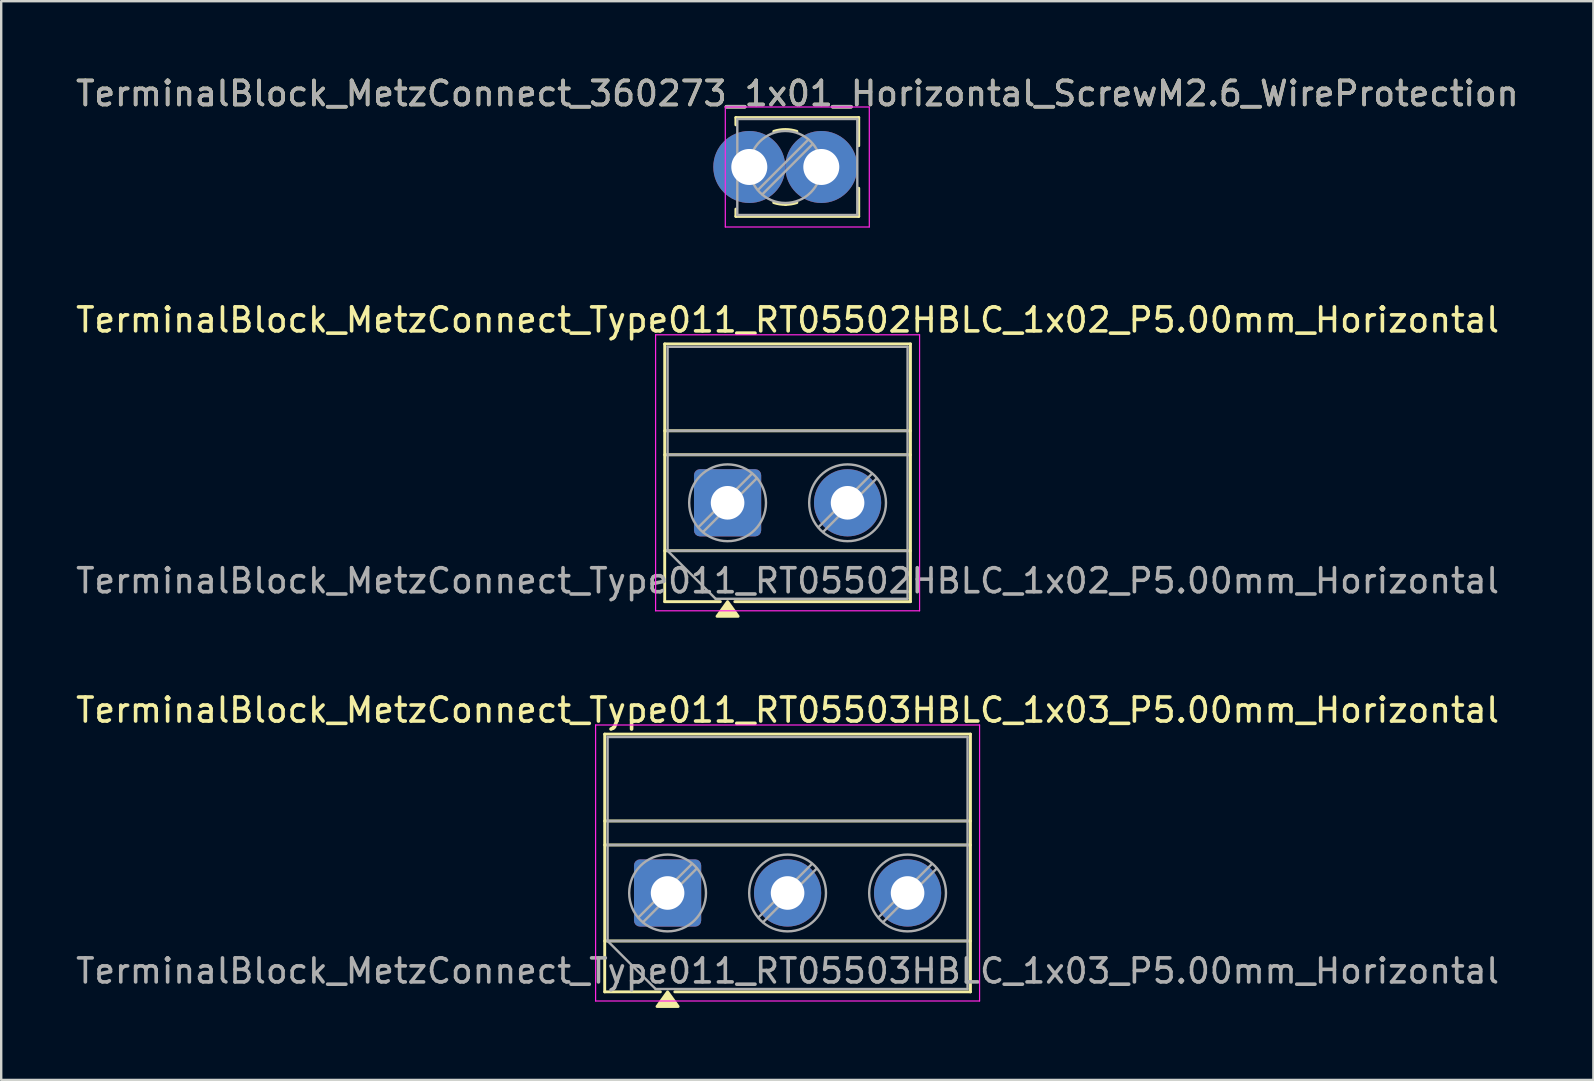
<source format=kicad_pcb>
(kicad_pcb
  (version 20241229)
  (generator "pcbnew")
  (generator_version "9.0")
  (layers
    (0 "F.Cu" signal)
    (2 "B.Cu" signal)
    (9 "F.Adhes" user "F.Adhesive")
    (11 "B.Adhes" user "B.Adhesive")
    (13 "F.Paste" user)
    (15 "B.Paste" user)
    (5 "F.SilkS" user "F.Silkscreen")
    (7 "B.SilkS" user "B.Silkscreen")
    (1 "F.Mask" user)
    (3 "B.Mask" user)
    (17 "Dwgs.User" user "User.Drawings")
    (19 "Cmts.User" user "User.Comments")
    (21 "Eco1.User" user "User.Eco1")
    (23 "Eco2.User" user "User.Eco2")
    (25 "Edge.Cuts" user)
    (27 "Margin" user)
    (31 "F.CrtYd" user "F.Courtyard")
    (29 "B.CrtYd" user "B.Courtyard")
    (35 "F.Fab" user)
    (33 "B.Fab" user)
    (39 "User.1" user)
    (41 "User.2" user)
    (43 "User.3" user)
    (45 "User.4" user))
  (footprint "TerminalBlock_MetzConnect_Type011_RT05502HBLC_1x02_P5.00mm_Horizontal"
    (layer "F.Cu")
    (at 27.268 17.901)
    (property "Reference" "TerminalBlock_MetzConnect_Type011_RT05502HBLC_1x02_P5.00mm_Horizontal" (at 2.5 -7.62 0) (layer "F.SilkS") (effects (font (size 1 1) (thickness 0.15))))
    (attr through_hole)
    (fp_line (start -2.62 -6.62) (end -2.62 4.12) (stroke (width 0.12) (type solid)) (layer "F.SilkS"))
    (fp_line (start -2.62 -6.62) (end 7.62 -6.62) (stroke (width 0.12) (type solid)) (layer "F.SilkS"))
    (fp_line (start -2.62 -3) (end 7.62 -3) (stroke (width 0.12) (type solid)) (layer "F.SilkS"))
    (fp_line (start -2.62 -2) (end 7.62 -2) (stroke (width 0.12) (type solid)) (layer "F.SilkS"))
    (fp_line (start -2.62 2) (end 7.62 2) (stroke (width 0.12) (type solid)) (layer "F.SilkS"))
    (fp_line (start -2.62 4.12) (end -0.3 4.12) (stroke (width 0.12) (type solid)) (layer "F.SilkS"))
    (fp_line (start 0.3 4.12) (end 7.62 4.12) (stroke (width 0.12) (type solid)) (layer "F.SilkS"))
    (fp_line (start 7.62 -6.62) (end 7.62 4.12) (stroke (width 0.12) (type solid)) (layer "F.SilkS"))
    (fp_poly (pts (xy 0 4.12) (xy 0.44 4.73) (xy -0.44 4.73)) (stroke (width 0.12) (type solid)) (fill yes) (layer "F.SilkS"))
    (fp_line (start -3 -7) (end -3 4.5) (stroke (width 0.05) (type solid)) (layer "F.CrtYd"))
    (fp_line (start -3 4.5) (end 8 4.5) (stroke (width 0.05) (type solid)) (layer "F.CrtYd"))
    (fp_line (start 8 -7) (end -3 -7) (stroke (width 0.05) (type solid)) (layer "F.CrtYd"))
    (fp_line (start 8 4.5) (end 8 -7) (stroke (width 0.05) (type solid)) (layer "F.CrtYd"))
    (fp_line (start -2.5 -6.5) (end 7.5 -6.5) (stroke (width 0.1) (type solid)) (layer "F.Fab"))
    (fp_line (start -2.5 -3) (end 7.5 -3) (stroke (width 0.1) (type solid)) (layer "F.Fab"))
    (fp_line (start -2.5 -2) (end 7.5 -2) (stroke (width 0.1) (type solid)) (layer "F.Fab"))
    (fp_line (start -2.5 2) (end -2.5 -6.5) (stroke (width 0.1) (type solid)) (layer "F.Fab"))
    (fp_line (start -2.5 2) (end 7.5 2) (stroke (width 0.1) (type solid)) (layer "F.Fab"))
    (fp_line (start -0.5 4) (end -2.5 2) (stroke (width 0.1) (type solid)) (layer "F.Fab"))
    (fp_line (start 1.018 -1.213) (end -1.214 1.018) (stroke (width 0.1) (type solid)) (layer "F.Fab"))
    (fp_line (start 1.213 -1.018) (end -1.018 1.213) (stroke (width 0.1) (type solid)) (layer "F.Fab"))
    (fp_line (start 6.018 -1.213) (end 3.786 1.018) (stroke (width 0.1) (type solid)) (layer "F.Fab"))
    (fp_line (start 6.213 -1.018) (end 3.982 1.213) (stroke (width 0.1) (type solid)) (layer "F.Fab"))
    (fp_line (start 7.5 -6.5) (end 7.5 4) (stroke (width 0.1) (type solid)) (layer "F.Fab"))
    (fp_line (start 7.5 4) (end -0.5 4) (stroke (width 0.1) (type solid)) (layer "F.Fab"))
    (fp_circle (center 0 0) (end 1.6 0) (stroke (width 0.1) (type solid)) (fill no) (layer "F.Fab"))
    (fp_circle (center 5 0) (end 6.6 0) (stroke (width 0.1) (type solid)) (fill no) (layer "F.Fab"))
    (fp_text user "${REFERENCE}" (at 2.5 3.25 0) (layer "F.Fab") (effects (font (size 1 1) (thickness 0.15))))
    (pad "1" thru_hole roundrect (at 0 0) (size 2.8 2.8) (drill 1.4) (layers "*.Cu" "*.Mask") (roundrect_rratio 0.089))
    (pad "2" thru_hole circle (at 5 0) (size 2.8 2.8) (drill 1.4) (layers "*.Cu" "*.Mask")))
  (footprint "TerminalBlock_MetzConnect_Type011_RT05503HBLC_1x03_P5.00mm_Horizontal"
    (layer "F.Cu")
    (at 24.768 34.16)
    (property "Reference" "TerminalBlock_MetzConnect_Type011_RT05503HBLC_1x03_P5.00mm_Horizontal" (at 5 -7.62 0) (layer "F.SilkS") (effects (font (size 1 1) (thickness 0.15))))
    (attr through_hole)
    (fp_line (start -2.62 -6.62) (end -2.62 4.12) (stroke (width 0.12) (type solid)) (layer "F.SilkS"))
    (fp_line (start -2.62 -6.62) (end 12.62 -6.62) (stroke (width 0.12) (type solid)) (layer "F.SilkS"))
    (fp_line (start -2.62 -3) (end 12.62 -3) (stroke (width 0.12) (type solid)) (layer "F.SilkS"))
    (fp_line (start -2.62 -2) (end 12.62 -2) (stroke (width 0.12) (type solid)) (layer "F.SilkS"))
    (fp_line (start -2.62 2) (end 12.62 2) (stroke (width 0.12) (type solid)) (layer "F.SilkS"))
    (fp_line (start -2.62 4.12) (end -0.3 4.12) (stroke (width 0.12) (type solid)) (layer "F.SilkS"))
    (fp_line (start 0.3 4.12) (end 12.62 4.12) (stroke (width 0.12) (type solid)) (layer "F.SilkS"))
    (fp_line (start 12.62 -6.62) (end 12.62 4.12) (stroke (width 0.12) (type solid)) (layer "F.SilkS"))
    (fp_poly (pts (xy 0 4.12) (xy 0.44 4.73) (xy -0.44 4.73)) (stroke (width 0.12) (type solid)) (fill yes) (layer "F.SilkS"))
    (fp_line (start -3 -7) (end -3 4.5) (stroke (width 0.05) (type solid)) (layer "F.CrtYd"))
    (fp_line (start -3 4.5) (end 13 4.5) (stroke (width 0.05) (type solid)) (layer "F.CrtYd"))
    (fp_line (start 13 -7) (end -3 -7) (stroke (width 0.05) (type solid)) (layer "F.CrtYd"))
    (fp_line (start 13 4.5) (end 13 -7) (stroke (width 0.05) (type solid)) (layer "F.CrtYd"))
    (fp_line (start -2.5 -6.5) (end 12.5 -6.5) (stroke (width 0.1) (type solid)) (layer "F.Fab"))
    (fp_line (start -2.5 -3) (end 12.5 -3) (stroke (width 0.1) (type solid)) (layer "F.Fab"))
    (fp_line (start -2.5 -2) (end 12.5 -2) (stroke (width 0.1) (type solid)) (layer "F.Fab"))
    (fp_line (start -2.5 2) (end -2.5 -6.5) (stroke (width 0.1) (type solid)) (layer "F.Fab"))
    (fp_line (start -2.5 2) (end 12.5 2) (stroke (width 0.1) (type solid)) (layer "F.Fab"))
    (fp_line (start -0.5 4) (end -2.5 2) (stroke (width 0.1) (type solid)) (layer "F.Fab"))
    (fp_line (start 1.018 -1.213) (end -1.214 1.018) (stroke (width 0.1) (type solid)) (layer "F.Fab"))
    (fp_line (start 1.213 -1.018) (end -1.018 1.213) (stroke (width 0.1) (type solid)) (layer "F.Fab"))
    (fp_line (start 6.018 -1.213) (end 3.786 1.018) (stroke (width 0.1) (type solid)) (layer "F.Fab"))
    (fp_line (start 6.213 -1.018) (end 3.982 1.213) (stroke (width 0.1) (type solid)) (layer "F.Fab"))
    (fp_line (start 11.018 -1.213) (end 8.786 1.018) (stroke (width 0.1) (type solid)) (layer "F.Fab"))
    (fp_line (start 11.213 -1.018) (end 8.982 1.213) (stroke (width 0.1) (type solid)) (layer "F.Fab"))
    (fp_line (start 12.5 -6.5) (end 12.5 4) (stroke (width 0.1) (type solid)) (layer "F.Fab"))
    (fp_line (start 12.5 4) (end -0.5 4) (stroke (width 0.1) (type solid)) (layer "F.Fab"))
    (fp_circle (center 0 0) (end 1.6 0) (stroke (width 0.1) (type solid)) (fill no) (layer "F.Fab"))
    (fp_circle (center 5 0) (end 6.6 0) (stroke (width 0.1) (type solid)) (fill no) (layer "F.Fab"))
    (fp_circle (center 10 0) (end 11.6 0) (stroke (width 0.1) (type solid)) (fill no) (layer "F.Fab"))
    (fp_text user "${REFERENCE}" (at 5 3.25 0) (layer "F.Fab") (effects (font (size 1 1) (thickness 0.15))))
    (pad "1" thru_hole roundrect (at 0 0) (size 2.8 2.8) (drill 1.4) (layers "*.Cu" "*.Mask") (roundrect_rratio 0.089))
    (pad "2" thru_hole circle (at 5 0) (size 2.8 2.8) (drill 1.4) (layers "*.Cu" "*.Mask"))
    (pad "3" thru_hole circle (at 10 0) (size 2.8 2.8) (drill 1.4) (layers "*.Cu" "*.Mask")))
  (footprint "TerminalBlock_MetzConnect_360273_1x01_Horizontal_ScrewM2.6_WireProtection"
    (layer "F.Cu")
    (at 28.173 3.908)
    (property "Reference" "TerminalBlock_MetzConnect_360273_1x01_Horizontal_ScrewM2.6_WireProtection" (at 2 -3.06 0) (layer "F.SilkS") (effects (font (size 1 1) (thickness 0.15))))
    (attr through_hole)
    (fp_line (start -0.56 -2.06) (end -0.56 -1.755) (stroke (width 0.12) (type solid)) (layer "F.SilkS"))
    (fp_line (start -0.56 -2.06) (end 4.56 -2.06) (stroke (width 0.12) (type solid)) (layer "F.SilkS"))
    (fp_line (start -0.56 1.755) (end -0.56 2.06) (stroke (width 0.12) (type solid)) (layer "F.SilkS"))
    (fp_line (start -0.56 2.06) (end 4.56 2.06) (stroke (width 0.12) (type solid)) (layer "F.SilkS"))
    (fp_line (start 4.56 -2.06) (end 4.56 -0.885) (stroke (width 0.12) (type solid)) (layer "F.SilkS"))
    (fp_line (start 4.56 0.885) (end 4.56 2.06) (stroke (width 0.12) (type solid)) (layer "F.SilkS"))
    (fp_arc (start 1.018482 -1.484481) (mid 1.500779 -1.560623) (end 1.983 -1.484) (stroke (width 0.12) (type solid)) (layer "F.SilkS"))
    (fp_arc (start 1.526458 1.560399) (mid 1.268555 1.543366) (end 1.017 1.484) (stroke (width 0.12) (type solid)) (layer "F.SilkS"))
    (fp_arc (start 1.982067 1.483648) (mid 1.744038 1.540794) (end 1.5 1.56) (stroke (width 0.12) (type solid)) (layer "F.SilkS"))
    (fp_line (start -1 -2.5) (end -1 2.5) (stroke (width 0.05) (type solid)) (layer "F.CrtYd"))
    (fp_line (start -1 2.5) (end 5 2.5) (stroke (width 0.05) (type solid)) (layer "F.CrtYd"))
    (fp_line (start 5 -2.5) (end -1 -2.5) (stroke (width 0.05) (type solid)) (layer "F.CrtYd"))
    (fp_line (start 5 2.5) (end 5 -2.5) (stroke (width 0.05) (type solid)) (layer "F.CrtYd"))
    (fp_line (start -0.5 -2) (end -0.5 2) (stroke (width 0.1) (type solid)) (layer "F.Fab"))
    (fp_line (start -0.5 -2) (end 4.5 -2) (stroke (width 0.1) (type solid)) (layer "F.Fab"))
    (fp_line (start -0.5 2) (end 4.5 2) (stroke (width 0.1) (type solid)) (layer "F.Fab"))
    (fp_line (start 2.455 -1.138) (end 0.362 0.955) (stroke (width 0.1) (type solid)) (layer "F.Fab"))
    (fp_line (start 2.638 -0.955) (end 0.545 1.138) (stroke (width 0.1) (type solid)) (layer "F.Fab"))
    (fp_line (start 4.5 -2) (end 4.5 2) (stroke (width 0.1) (type solid)) (layer "F.Fab"))
    (fp_circle (center 1.5 0) (end 3 0) (stroke (width 0.1) (type solid)) (fill no) (layer "F.Fab"))
    (fp_text user "${REFERENCE}" (at 2 -3.06 0) (layer "F.Fab") (effects (font (size 1 1) (thickness 0.15))))
    (pad "1" thru_hole circle (at 0 0) (size 3 3) (drill 1.5) (layers "*.Cu" "*.Mask"))
    (pad "1" thru_hole circle (at 3 0) (size 3 3) (drill 1.5) (layers "*.Cu" "*.Mask")))
  (gr_rect
    (start -3 -3)
    (end 63.345 41.95)
    (stroke (width 0.1) (type default))
    (fill no)
    (layer "Edge.Cuts")))
</source>
